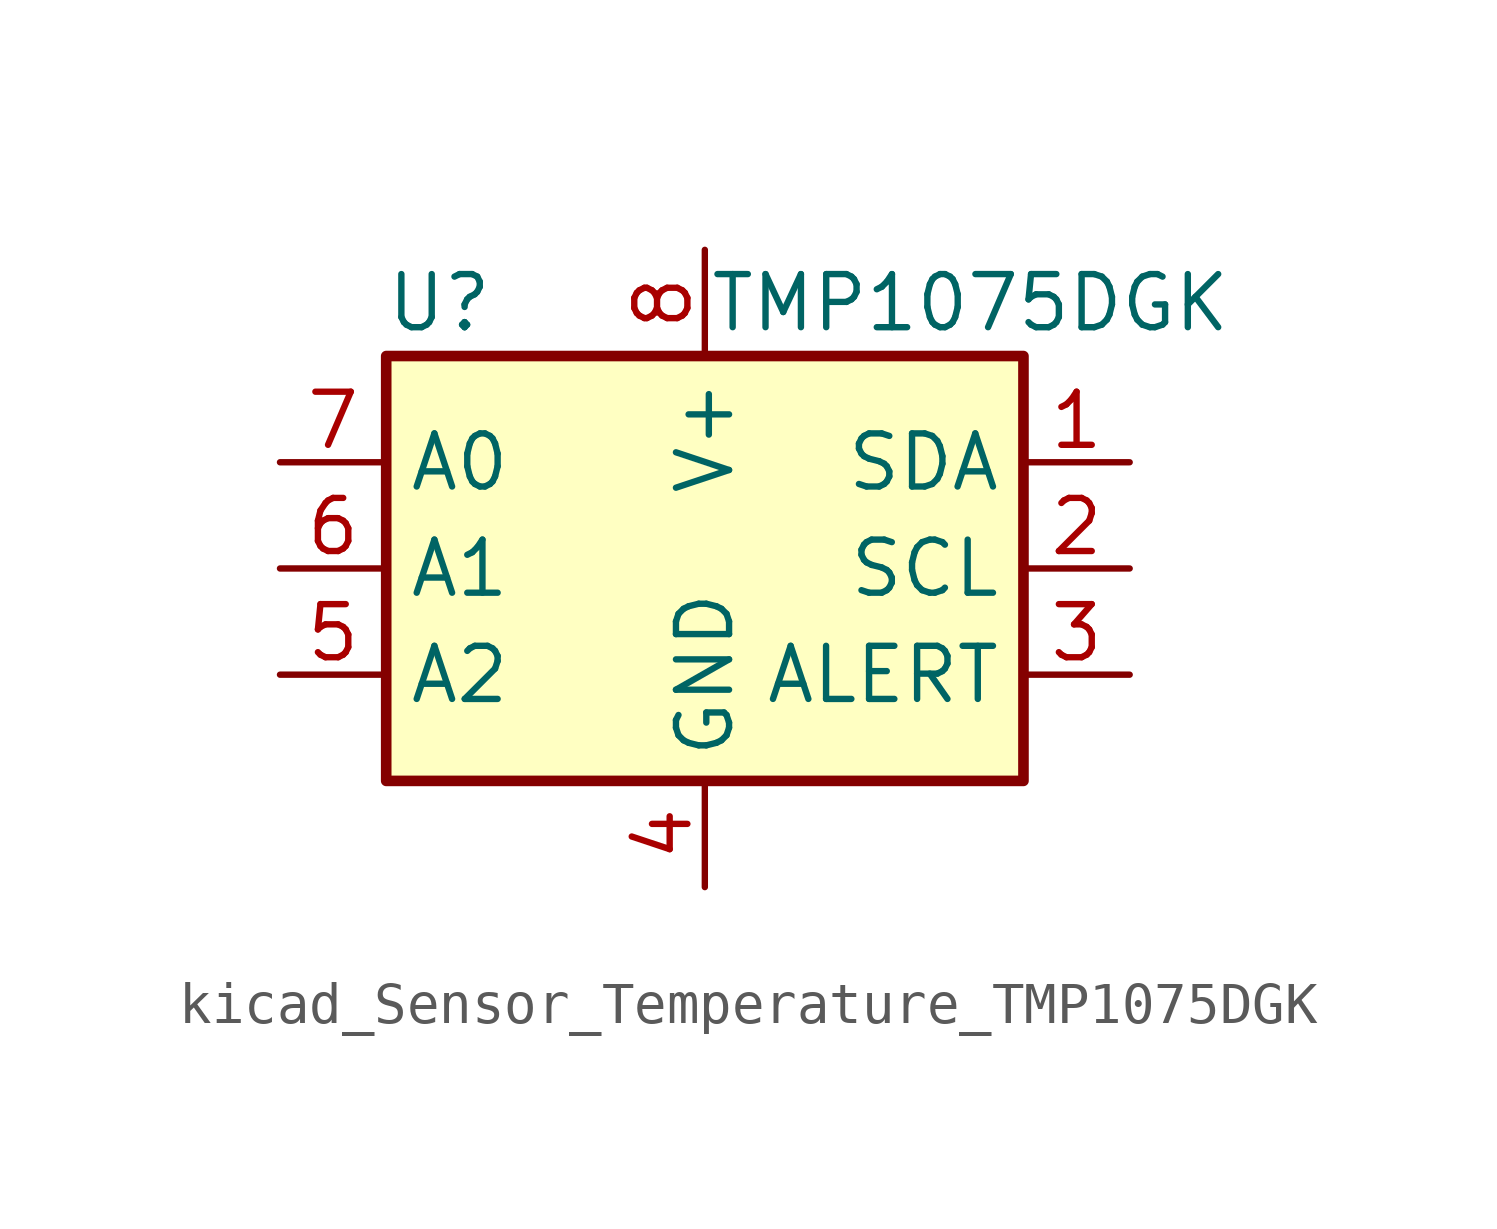
<source format=kicad_sym>
(kicad_symbol_lib
  (version 20220914)
  (generator kicad_symbol_editor)
  (symbol "kicad_Sensor_Temperature_TMP1075DGK"
    (property "Reference" "U"
      (at -6.35 6.35 0)
      (effects (font (size 1.27 1.27))))
    (property "Value" "TMP1075DGK"
      (at 6.35 6.35 0)
      (effects (font (size 1.27 1.27))))
    (symbol "kicad_Sensor_Temperature_TMP1075DGK_0_1"
      (rectangle (start -7.62 5.08) (end 7.62 -5.08) (stroke (width 0.254) (type default)) (fill (type background))))
    (symbol "kicad_Sensor_Temperature_TMP1075DGK_1_1"
      (pin bidirectional line (at 10.16 2.54 180) (length 2.54) (name "SDA" (effects (font (size 1.27 1.27)))) (number "1" (effects (font (size 1.27 1.27)))))
      (pin input line (at 10.16 0 180) (length 2.54) (name "SCL" (effects (font (size 1.27 1.27)))) (number "2" (effects (font (size 1.27 1.27)))))
      (pin open_collector line (at 10.16 -2.54 180) (length 2.54) (name "ALERT" (effects (font (size 1.27 1.27)))) (number "3" (effects (font (size 1.27 1.27)))))
      (pin power_in line (at 0 -7.62 90) (length 2.54) (name "GND" (effects (font (size 1.27 1.27)))) (number "4" (effects (font (size 1.27 1.27)))))
      (pin input line (at -10.16 -2.54 0) (length 2.54) (name "A2" (effects (font (size 1.27 1.27)))) (number "5" (effects (font (size 1.27 1.27)))))
      (pin input line (at -10.16 0 0) (length 2.54) (name "A1" (effects (font (size 1.27 1.27)))) (number "6" (effects (font (size 1.27 1.27)))))
      (pin input line (at -10.16 2.54 0) (length 2.54) (name "A0" (effects (font (size 1.27 1.27)))) (number "7" (effects (font (size 1.27 1.27)))))
      (pin power_in line (at 0 7.62 270) (length 2.54) (name "V+" (effects (font (size 1.27 1.27)))) (number "8" (effects (font (size 1.27 1.27))))))))
</source>
